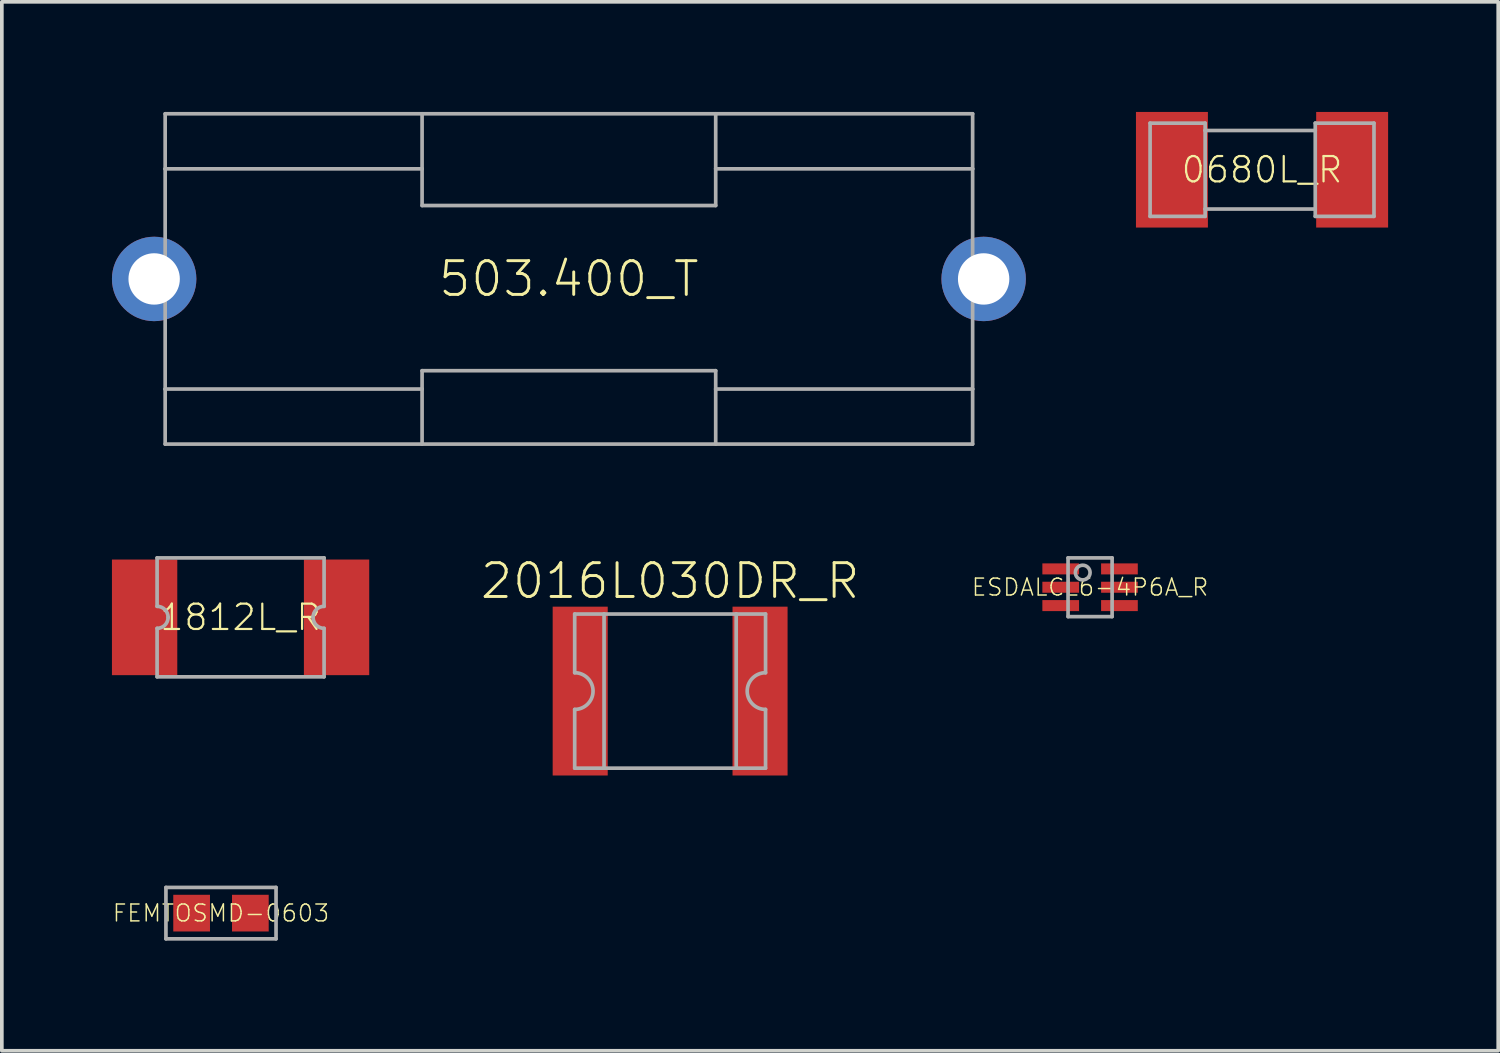
<source format=kicad_pcb>
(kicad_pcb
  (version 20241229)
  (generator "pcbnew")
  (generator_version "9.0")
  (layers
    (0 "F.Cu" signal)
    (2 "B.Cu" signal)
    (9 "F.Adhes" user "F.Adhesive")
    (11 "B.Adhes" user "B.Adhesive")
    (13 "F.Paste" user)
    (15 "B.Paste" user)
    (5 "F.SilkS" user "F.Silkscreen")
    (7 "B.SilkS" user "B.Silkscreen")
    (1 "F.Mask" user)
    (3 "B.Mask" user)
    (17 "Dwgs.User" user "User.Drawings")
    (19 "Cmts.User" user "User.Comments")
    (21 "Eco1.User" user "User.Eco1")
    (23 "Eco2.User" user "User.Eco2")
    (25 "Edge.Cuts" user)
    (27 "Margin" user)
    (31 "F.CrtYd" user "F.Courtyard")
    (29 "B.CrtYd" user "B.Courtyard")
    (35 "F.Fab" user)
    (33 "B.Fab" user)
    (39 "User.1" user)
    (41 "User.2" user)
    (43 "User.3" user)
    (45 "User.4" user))
  (footprint "0680L_R"
    (layer "F.Cu")
    (at 31.335 1.575)
    (property "Reference" "0680L_R" (at 0 0 0) (unlocked yes) (layer "F.SilkS") (effects (font (size 0.69 0.69) (thickness 0.06))))
    (fp_line (start -3.05 -1.27) (end -3.05 1.27) (stroke (width 0.1) (type solid)) (layer "F.Fab"))
    (fp_line (start -3.05 1.27) (end -1.55 1.27) (stroke (width 0.1) (type solid)) (layer "F.Fab"))
    (fp_line (start -1.55 -1.27) (end -3.05 -1.27) (stroke (width 0.1) (type solid)) (layer "F.Fab"))
    (fp_line (start -1.55 -1.27) (end -1.55 -1.07) (stroke (width 0.1) (type solid)) (layer "F.Fab"))
    (fp_line (start -1.55 -1.07) (end -1.55 1.07) (stroke (width 0.1) (type solid)) (layer "F.Fab"))
    (fp_line (start -1.55 1.07) (end -1.55 1.27) (stroke (width 0.1) (type solid)) (layer "F.Fab"))
    (fp_line (start -1.55 1.07) (end 1.45 1.07) (stroke (width 0.1) (type solid)) (layer "F.Fab"))
    (fp_line (start 1.45 -1.27) (end 1.45 -1.07) (stroke (width 0.1) (type solid)) (layer "F.Fab"))
    (fp_line (start 1.45 -1.07) (end -1.55 -1.07) (stroke (width 0.1) (type solid)) (layer "F.Fab"))
    (fp_line (start 1.45 -1.07) (end 1.45 1.07) (stroke (width 0.1) (type solid)) (layer "F.Fab"))
    (fp_line (start 1.45 1.07) (end 1.45 1.27) (stroke (width 0.1) (type solid)) (layer "F.Fab"))
    (fp_line (start 1.45 1.27) (end 3.05 1.27) (stroke (width 0.1) (type solid)) (layer "F.Fab"))
    (fp_line (start 3.05 -1.27) (end 1.45 -1.27) (stroke (width 0.1) (type solid)) (layer "F.Fab"))
    (fp_line (start 3.05 1.27) (end 3.05 -1.27) (stroke (width 0.1) (type solid)) (layer "F.Fab"))
    (pad "1" smd rect (at -2.455 0) (size 1.96 3.15) (layers "F.Cu" "F.Mask" "F.Paste"))
    (pad "2" smd rect (at 2.455 0) (size 1.96 3.15) (layers "F.Cu" "F.Mask" "F.Paste")))
  (footprint "1812L_R"
    (layer "F.Cu")
    (at 3.505 13.77)
    (property "Reference" "1812L_R" (at 0 0 0) (unlocked yes) (layer "F.SilkS") (effects (font (size 0.69 0.69) (thickness 0.06))))
    (fp_line (start -2.275 -1.62) (end -2.275 -0.3) (stroke (width 0.1) (type solid)) (layer "F.Fab"))
    (fp_line (start -2.275 0.3) (end -2.275 1.62) (stroke (width 0.1) (type solid)) (layer "F.Fab"))
    (fp_line (start -2.275 1.62) (end 2.275 1.62) (stroke (width 0.1) (type solid)) (layer "F.Fab"))
    (fp_line (start 2.275 -1.62) (end -2.275 -1.62) (stroke (width 0.1) (type solid)) (layer "F.Fab"))
    (fp_line (start 2.275 -0.3) (end 2.275 -1.62) (stroke (width 0.1) (type solid)) (layer "F.Fab"))
    (fp_line (start 2.275 1.62) (end 2.275 0.3) (stroke (width 0.1) (type solid)) (layer "F.Fab"))
    (fp_arc (start -2.275 -0.3) (mid -2.062868 -0.212132) (end -1.975 0) (stroke (width 0.1) (type solid)) (layer "F.Fab"))
    (fp_arc (start -1.975 0) (mid -2.062868 0.212132) (end -2.275 0.3) (stroke (width 0.1) (type solid)) (layer "F.Fab"))
    (fp_arc (start 1.975 0) (mid 2.062868 -0.212132) (end 2.275 -0.3) (stroke (width 0.1) (type solid)) (layer "F.Fab"))
    (fp_arc (start 2.275 0.3) (mid 2.062868 0.212132) (end 1.975 0) (stroke (width 0.1) (type solid)) (layer "F.Fab"))
    (pad "1" smd rect (at -2.615 0) (size 1.78 3.15) (layers "F.Cu" "F.Mask" "F.Paste"))
    (pad "2" smd rect (at 2.615 0) (size 1.78 3.15) (layers "F.Cu" "F.Mask" "F.Paste")))
  (footprint "503.400_T"
    (layer "F.Cu")
    (at 12.45 4.55)
    (property "Reference" "503.400_T" (at 0 0 0) (unlocked yes) (layer "F.SilkS") (effects (font (size 0.92 0.92) (thickness 0.08))))
    (fp_line (start -11 -4.5) (end -11 -3) (stroke (width 0.1) (type solid)) (layer "F.Fab"))
    (fp_line (start -11 -3) (end -11 3) (stroke (width 0.1) (type solid)) (layer "F.Fab"))
    (fp_line (start -11 -3) (end -4 -3) (stroke (width 0.1) (type solid)) (layer "F.Fab"))
    (fp_line (start -11 3) (end -11 4.5) (stroke (width 0.1) (type solid)) (layer "F.Fab"))
    (fp_line (start -11 3) (end -4 3) (stroke (width 0.1) (type solid)) (layer "F.Fab"))
    (fp_line (start -11 4.5) (end 11 4.5) (stroke (width 0.1) (type solid)) (layer "F.Fab"))
    (fp_line (start -4 -4.5) (end -4 -3) (stroke (width 0.1) (type solid)) (layer "F.Fab"))
    (fp_line (start -4 -3) (end -4 -2) (stroke (width 0.1) (type solid)) (layer "F.Fab"))
    (fp_line (start -4 -2) (end 4 -2) (stroke (width 0.1) (type solid)) (layer "F.Fab"))
    (fp_line (start -4 2.5) (end -4 3) (stroke (width 0.1) (type solid)) (layer "F.Fab"))
    (fp_line (start -4 2.5) (end 4 2.5) (stroke (width 0.1) (type solid)) (layer "F.Fab"))
    (fp_line (start -4 3) (end -4 4.5) (stroke (width 0.1) (type solid)) (layer "F.Fab"))
    (fp_line (start 4 -4.5) (end 4 -3) (stroke (width 0.1) (type solid)) (layer "F.Fab"))
    (fp_line (start 4 -3) (end 4 -2) (stroke (width 0.1) (type solid)) (layer "F.Fab"))
    (fp_line (start 4 -3) (end 11 -3) (stroke (width 0.1) (type solid)) (layer "F.Fab"))
    (fp_line (start 4 2.5) (end 4 3) (stroke (width 0.1) (type solid)) (layer "F.Fab"))
    (fp_line (start 4 3) (end 4 4.5) (stroke (width 0.1) (type solid)) (layer "F.Fab"))
    (fp_line (start 4 3) (end 11 3) (stroke (width 0.1) (type solid)) (layer "F.Fab"))
    (fp_line (start 11 -4.5) (end -11 -4.5) (stroke (width 0.1) (type solid)) (layer "F.Fab"))
    (fp_line (start 11 -3) (end 11 -4.5) (stroke (width 0.1) (type solid)) (layer "F.Fab"))
    (fp_line (start 11 3) (end 11 -3) (stroke (width 0.1) (type solid)) (layer "F.Fab"))
    (fp_line (start 11 4.5) (end 11 3) (stroke (width 0.1) (type solid)) (layer "F.Fab"))
    (pad "1" thru_hole circle (at -11.3 0) (size 2.3 2.3) (drill 1.4) (layers "*.Cu" "*.Mask"))
    (pad "2" thru_hole circle (at 11.3 0) (size 2.3 2.3) (drill 1.4) (layers "*.Cu" "*.Mask")))
  (footprint "2016L030DR_R"
    (layer "F.Cu")
    (at 15.208 15.779)
    (property "Reference" "2016L030DR_R" (at 0 -3 0) (unlocked yes) (layer "F.SilkS") (effects (font (size 0.92 0.92) (thickness 0.08))))
    (fp_line (start -2.6 -2.1) (end -1.8 -2.1) (stroke (width 0.1) (type solid)) (layer "F.Fab"))
    (fp_line (start -2.6 -0.5) (end -2.6 -2.1) (stroke (width 0.1) (type solid)) (layer "F.Fab"))
    (fp_line (start -2.6 2.1) (end -2.6 0.5) (stroke (width 0.1) (type solid)) (layer "F.Fab"))
    (fp_line (start -1.8 -2.1) (end 1.8 -2.1) (stroke (width 0.1) (type solid)) (layer "F.Fab"))
    (fp_line (start -1.8 2.1) (end -2.6 2.1) (stroke (width 0.1) (type solid)) (layer "F.Fab"))
    (fp_line (start -1.8 2.1) (end -1.8 -2.1) (stroke (width 0.1) (type solid)) (layer "F.Fab"))
    (fp_line (start 1.8 -2.1) (end 2.6 -2.1) (stroke (width 0.1) (type solid)) (layer "F.Fab"))
    (fp_line (start 1.8 2.1) (end -1.8 2.1) (stroke (width 0.1) (type solid)) (layer "F.Fab"))
    (fp_line (start 1.8 2.1) (end 1.8 -2.1) (stroke (width 0.1) (type solid)) (layer "F.Fab"))
    (fp_line (start 2.6 -2.1) (end 2.6 -0.5) (stroke (width 0.1) (type solid)) (layer "F.Fab"))
    (fp_line (start 2.6 0.5) (end 2.6 2.1) (stroke (width 0.1) (type solid)) (layer "F.Fab"))
    (fp_line (start 2.6 2.1) (end 1.8 2.1) (stroke (width 0.1) (type solid)) (layer "F.Fab"))
    (fp_arc (start -2.6 -0.5) (mid -2.1 0) (end -2.6 0.5) (stroke (width 0.1) (type solid)) (layer "F.Fab"))
    (fp_arc (start 2.6 0.5) (mid 2.1 0) (end 2.6 -0.5) (stroke (width 0.1) (type solid)) (layer "F.Fab"))
    (pad "1" smd rect (at -2.45 0) (size 1.5 4.6) (layers "F.Cu" "F.Mask" "F.Paste"))
    (pad "2" smd rect (at 2.45 0) (size 1.5 4.6) (layers "F.Cu" "F.Mask" "F.Paste")))
  (footprint "FEMTOSMD-0603"
    (layer "F.Cu")
    (at 2.971 21.829)
    (property "Reference" "FEMTOSMD-0603" (at 0 0 0) (unlocked yes) (layer "F.SilkS") (effects (font (size 0.46 0.46) (thickness 0.04))))
    (fp_poly (pts (xy -0.3 0.5) (xy -1.3 0.5) (xy -1.3 -0.5) (xy -0.3 -0.5)) (stroke (width 0) (type default)) (fill yes) (layer "F.Paste"))
    (fp_poly (pts (xy 1.3 0.5) (xy 0.3 0.5) (xy 0.3 -0.5) (xy 1.3 -0.5)) (stroke (width 0) (type default)) (fill yes) (layer "F.Paste"))
    (fp_line (start -1.5 -0.7) (end 1.5 -0.7) (stroke (width 0.1) (type solid)) (layer "F.Fab"))
    (fp_line (start -1.5 0.7) (end -1.5 -0.7) (stroke (width 0.1) (type solid)) (layer "F.Fab"))
    (fp_line (start 1.5 -0.7) (end 1.5 0.7) (stroke (width 0.1) (type solid)) (layer "F.Fab"))
    (fp_line (start 1.5 0.7) (end -1.5 0.7) (stroke (width 0.1) (type solid)) (layer "F.Fab"))
    (pad "1" smd rect (at -0.8 0) (size 1 1) (layers "F.Cu" "F.Mask"))
    (pad "2" smd rect (at 0.8 0) (size 1 1) (layers "F.Cu" "F.Mask")))
  (footprint "ESDALCL6-4P6A_R"
    (layer "F.Cu")
    (at 26.65 12.95)
    (property "Reference" "ESDALCL6-4P6A_R" (at 0 0 0) (unlocked yes) (layer "F.SilkS") (effects (font (size 0.46 0.46) (thickness 0.04))))
    (fp_poly (pts (xy -1.35 -0.7) (xy -1.35 -0.3) (xy -0.25 -0.3) (xy -0.25 -0.7)) (stroke (width 0) (type default)) (fill yes) (layer "F.Mask"))
    (fp_poly (pts (xy -1.35 -0.2) (xy -1.35 0.2) (xy -0.25 0.2) (xy -0.25 -0.2)) (stroke (width 0) (type default)) (fill yes) (layer "F.Mask"))
    (fp_poly (pts (xy -1.35 0.3) (xy -1.35 0.7) (xy -0.25 0.7) (xy -0.25 0.3)) (stroke (width 0) (type default)) (fill yes) (layer "F.Mask"))
    (fp_poly (pts (xy 0.25 -0.7) (xy 0.25 -0.3) (xy 1.35 -0.3) (xy 1.35 -0.7)) (stroke (width 0) (type default)) (fill yes) (layer "F.Mask"))
    (fp_poly (pts (xy 0.25 -0.2) (xy 0.25 0.2) (xy 1.35 0.2) (xy 1.35 -0.2)) (stroke (width 0) (type default)) (fill yes) (layer "F.Mask"))
    (fp_poly (pts (xy 0.25 0.3) (xy 0.25 0.7) (xy 1.35 0.7) (xy 1.35 0.3)) (stroke (width 0) (type default)) (fill yes) (layer "F.Mask"))
    (fp_line (start -0.6 -0.8) (end -0.6 0.8) (stroke (width 0.1) (type solid)) (layer "F.Fab"))
    (fp_line (start -0.6 0.8) (end 0.6 0.8) (stroke (width 0.1) (type solid)) (layer "F.Fab"))
    (fp_line (start 0.6 -0.8) (end -0.6 -0.8) (stroke (width 0.1) (type solid)) (layer "F.Fab"))
    (fp_line (start 0.6 0.8) (end 0.6 -0.8) (stroke (width 0.1) (type solid)) (layer "F.Fab"))
    (fp_circle (center -0.2 -0.4) (end 0 -0.4) (stroke (width 0.1) (type solid)) (fill no) (layer "F.Fab"))
    (pad "1" smd rect (at -0.8 -0.5) (size 1 0.3) (layers "F.Cu" "F.Paste"))
    (pad "2" smd rect (at -0.8 0) (size 1 0.3) (layers "F.Cu" "F.Paste"))
    (pad "3" smd rect (at -0.8 0.5) (size 1 0.3) (layers "F.Cu" "F.Paste"))
    (pad "4" smd rect (at 0.8 0.5) (size 1 0.3) (layers "F.Cu" "F.Paste"))
    (pad "5" smd rect (at 0.8 0) (size 1 0.3) (layers "F.Cu" "F.Paste"))
    (pad "6" smd rect (at 0.8 -0.5) (size 1 0.3) (layers "F.Cu" "F.Paste")))
  (gr_rect
    (start -3 -3)
    (end 37.77 25.579)
    (stroke (width 0.1) (type default))
    (fill no)
    (layer "Edge.Cuts")))
</source>
